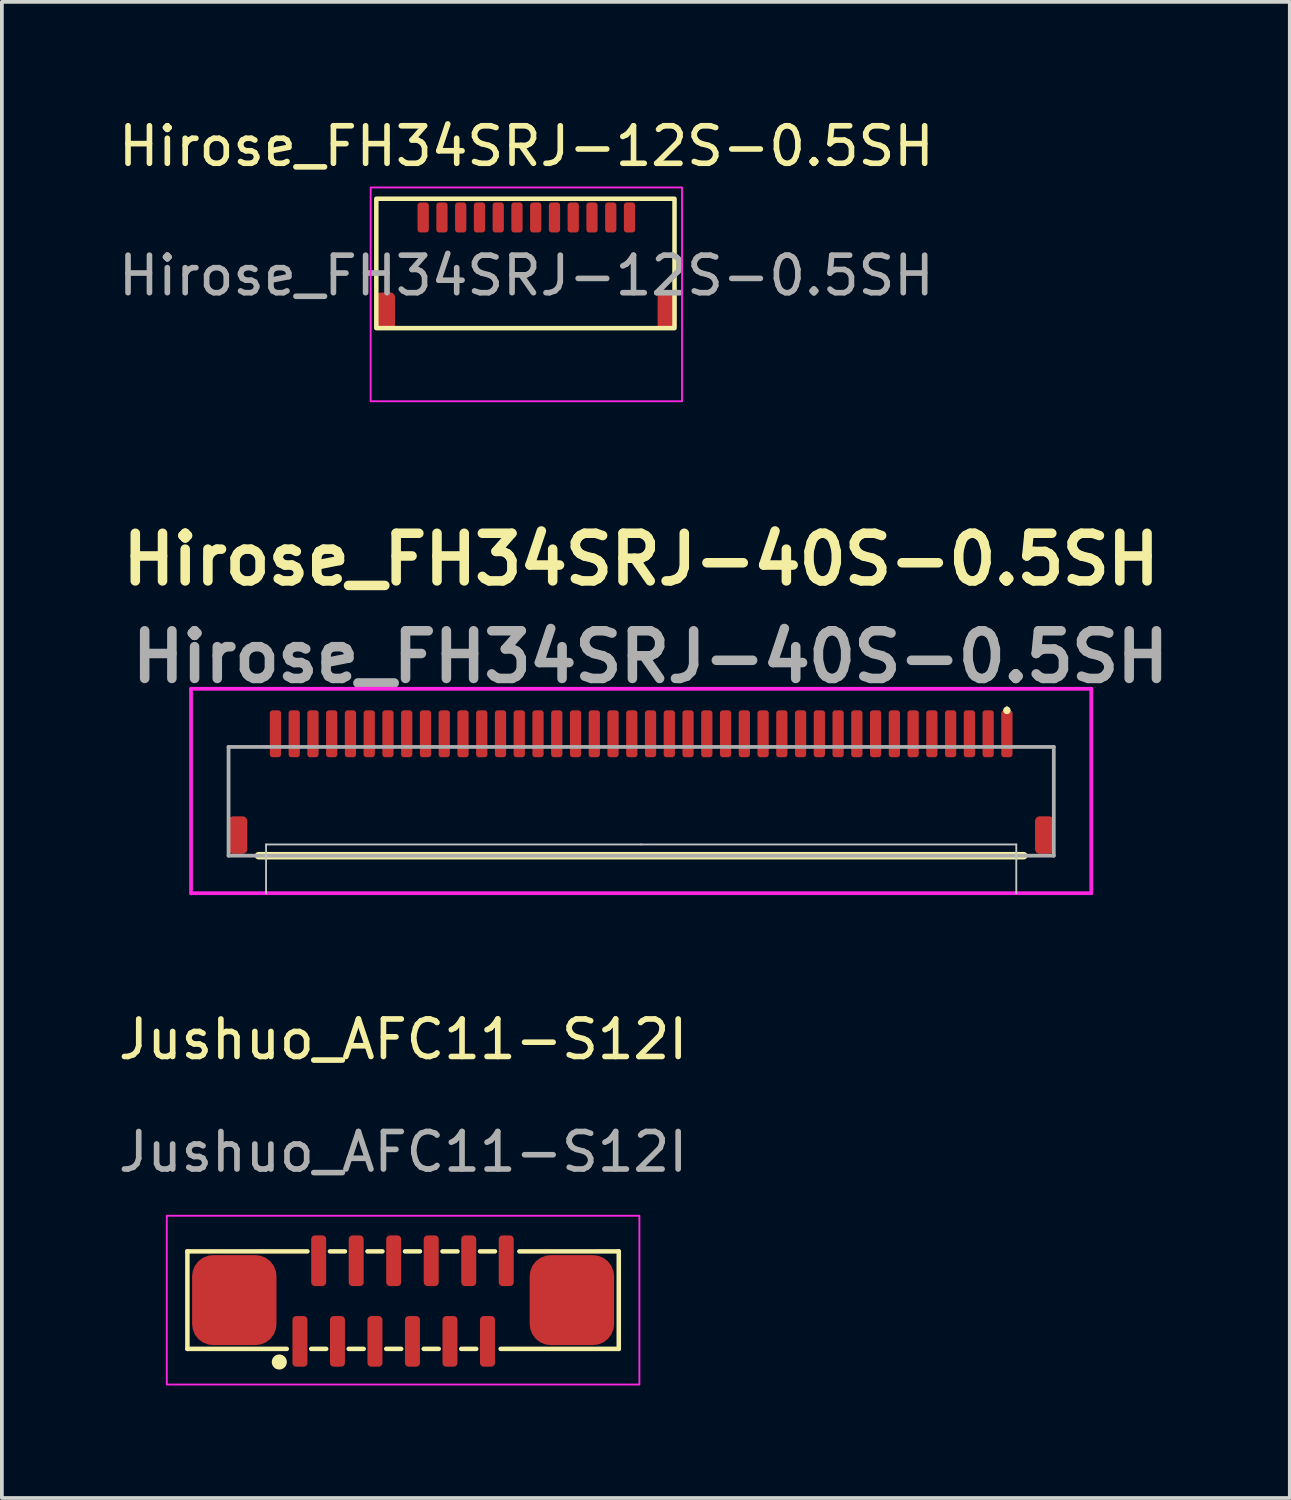
<source format=kicad_pcb>
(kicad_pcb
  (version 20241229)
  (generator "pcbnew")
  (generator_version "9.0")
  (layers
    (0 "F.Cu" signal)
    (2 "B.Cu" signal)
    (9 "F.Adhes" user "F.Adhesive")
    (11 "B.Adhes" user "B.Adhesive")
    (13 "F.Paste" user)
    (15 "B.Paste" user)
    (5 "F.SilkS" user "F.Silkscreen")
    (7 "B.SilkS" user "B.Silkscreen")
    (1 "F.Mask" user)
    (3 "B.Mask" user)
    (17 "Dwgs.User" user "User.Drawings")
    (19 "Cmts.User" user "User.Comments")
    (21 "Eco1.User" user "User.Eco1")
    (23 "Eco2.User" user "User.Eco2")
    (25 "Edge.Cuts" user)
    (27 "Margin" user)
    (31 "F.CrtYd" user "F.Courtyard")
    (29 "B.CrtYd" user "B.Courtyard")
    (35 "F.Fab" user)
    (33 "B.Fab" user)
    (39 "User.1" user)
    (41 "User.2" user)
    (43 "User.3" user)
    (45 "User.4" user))
  (footprint "Jushuo_AFC11-S12I"
    (layer "F.Cu")
    (at 7.696 31.61)
    (property "Reference" "Jushuo_AFC11-S12I" (at 0 -6.95 0) (unlocked yes) (layer "F.SilkS") (effects (font (size 1 1) (thickness 0.15))))
    (attr smd)
    (fp_line (start -5.75 -1.3) (end -5.75 1.3) (stroke (width 0.12) (type default)) (layer "F.SilkS"))
    (fp_line (start -5.75 -1.3) (end -2.55 -1.3) (stroke (width 0.12) (type default)) (layer "F.SilkS"))
    (fp_line (start -5.75 1.3) (end -3.1 1.3) (stroke (width 0.12) (type default)) (layer "F.SilkS"))
    (fp_line (start -2.05 1.3) (end -2.45 1.3) (stroke (width 0.12) (type default)) (layer "F.SilkS"))
    (fp_line (start -1.95 -1.3) (end -1.55 -1.3) (stroke (width 0.12) (type default)) (layer "F.SilkS"))
    (fp_line (start -1.05 1.3) (end -1.45 1.3) (stroke (width 0.12) (type default)) (layer "F.SilkS"))
    (fp_line (start -0.95 -1.3) (end -0.55 -1.3) (stroke (width 0.12) (type default)) (layer "F.SilkS"))
    (fp_line (start -0.05 1.3) (end -0.45 1.3) (stroke (width 0.12) (type default)) (layer "F.SilkS"))
    (fp_line (start 0.45 -1.3) (end 0.05 -1.3) (stroke (width 0.12) (type default)) (layer "F.SilkS"))
    (fp_line (start 0.95 1.3) (end 0.55 1.3) (stroke (width 0.12) (type default)) (layer "F.SilkS"))
    (fp_line (start 1.05 -1.3) (end 1.45 -1.3) (stroke (width 0.12) (type default)) (layer "F.SilkS"))
    (fp_line (start 1.95 1.3) (end 1.55 1.3) (stroke (width 0.12) (type default)) (layer "F.SilkS"))
    (fp_line (start 2.05 -1.3) (end 2.45 -1.3) (stroke (width 0.12) (type default)) (layer "F.SilkS"))
    (fp_line (start 3.1 -1.3) (end 5.75 -1.3) (stroke (width 0.12) (type default)) (layer "F.SilkS"))
    (fp_line (start 5.75 -1.3) (end 5.75 1.3) (stroke (width 0.12) (type default)) (layer "F.SilkS"))
    (fp_line (start 5.75 1.3) (end 2.6 1.3) (stroke (width 0.12) (type default)) (layer "F.SilkS"))
    (fp_circle (center -3.3 1.65) (end -3.159 1.65) (stroke (width 0.12) (type solid)) (fill yes) (layer "F.SilkS"))
    (fp_rect (start -6.3 -2.25) (end 6.3 2.25) (stroke (width 0.05) (type default)) (fill no) (layer "F.CrtYd"))
    (fp_text user "${REFERENCE}" (at 0 -3.95 0) (unlocked yes) (layer "F.Fab") (effects (font (size 1 1) (thickness 0.15))))
    (pad "1" smd roundrect (at -2.75 1.1) (size 0.4 1.35) (layers "F.Cu" "F.Mask" "F.Paste") (roundrect_rratio 0.25))
    (pad "2" smd roundrect (at -2.25 -1.05) (size 0.4 1.35) (layers "F.Cu" "F.Mask" "F.Paste") (roundrect_rratio 0.25))
    (pad "3" smd roundrect (at -1.75 1.1) (size 0.4 1.35) (layers "F.Cu" "F.Mask" "F.Paste") (roundrect_rratio 0.25))
    (pad "4" smd roundrect (at -1.25 -1.05) (size 0.4 1.35) (layers "F.Cu" "F.Mask" "F.Paste") (roundrect_rratio 0.25))
    (pad "5" smd roundrect (at -0.75 1.1) (size 0.4 1.35) (layers "F.Cu" "F.Mask" "F.Paste") (roundrect_rratio 0.25))
    (pad "6" smd roundrect (at -0.25 -1.05) (size 0.4 1.35) (layers "F.Cu" "F.Mask" "F.Paste") (roundrect_rratio 0.25))
    (pad "7" smd roundrect (at 0.25 1.1) (size 0.4 1.35) (layers "F.Cu" "F.Mask" "F.Paste") (roundrect_rratio 0.25))
    (pad "8" smd roundrect (at 0.75 -1.05) (size 0.4 1.35) (layers "F.Cu" "F.Mask" "F.Paste") (roundrect_rratio 0.25))
    (pad "9" smd roundrect (at 1.25 1.1) (size 0.4 1.35) (layers "F.Cu" "F.Mask" "F.Paste") (roundrect_rratio 0.25))
    (pad "10" smd roundrect (at 1.75 -1.05) (size 0.4 1.35) (layers "F.Cu" "F.Mask" "F.Paste") (roundrect_rratio 0.25))
    (pad "11" smd roundrect (at 2.25 1.1) (size 0.4 1.35) (layers "F.Cu" "F.Mask" "F.Paste") (roundrect_rratio 0.25))
    (pad "12" smd roundrect (at 2.75 -1.05) (size 0.4 1.35) (layers "F.Cu" "F.Mask" "F.Paste") (roundrect_rratio 0.25))
    (pad "MP" smd roundrect (at -4.5 0) (size 2.25 2.4) (layers "F.Cu" "F.Mask" "F.Paste") (roundrect_rratio 0.25))
    (pad "MP" smd roundrect (at 4.5 0) (size 2.25 2.4) (layers "F.Cu" "F.Mask" "F.Paste") (roundrect_rratio 0.25)))
  (footprint "Hirose_FH34SRJ-40S-0.5SH"
    (layer "F.Cu")
    (at 14.043 18.312)
    (property "Reference" "Hirose_FH34SRJ-40S-0.5SH" (at 0 -6.45 0) (layer "F.SilkS") (effects (font (size 1.27 1.27) (thickness 0.254))))
    (attr smd)
    (fp_line (start 9.75 -2.475) (end 9.75 -2.475) (stroke (width 0.1) (type solid)) (layer "F.SilkS"))
    (fp_line (start 9.75 -2.375) (end 9.75 -2.375) (stroke (width 0.1) (type solid)) (layer "F.SilkS"))
    (fp_line (start 10.2 1.45) (end -10.2 1.45) (stroke (width 0.2) (type solid)) (layer "F.SilkS"))
    (fp_arc (start 9.75 -2.475) (mid 9.8 -2.425) (end 9.75 -2.375) (stroke (width 0.1) (type solid)) (layer "F.SilkS"))
    (fp_arc (start 9.75 -2.375) (mid 9.7 -2.425) (end 9.75 -2.475) (stroke (width 0.1) (type solid)) (layer "F.SilkS"))
    (fp_line (start -10 1.15) (end -10 2.45) (stroke (width 0.05) (type default)) (layer "Dwgs.User"))
    (fp_line (start 0 1.15) (end -10 1.15) (stroke (width 0.05) (type default)) (layer "Dwgs.User"))
    (fp_line (start 0 1.15) (end 10 1.15) (stroke (width 0.05) (type default)) (layer "Dwgs.User"))
    (fp_line (start 10 1.15) (end 10 2.45) (stroke (width 0.05) (type default)) (layer "Dwgs.User"))
    (fp_line (start -12 -3) (end 12 -3) (stroke (width 0.1) (type solid)) (layer "F.CrtYd"))
    (fp_line (start -12 2.45) (end -12 -3) (stroke (width 0.1) (type solid)) (layer "F.CrtYd"))
    (fp_line (start 12 -3) (end 12 2.45) (stroke (width 0.1) (type solid)) (layer "F.CrtYd"))
    (fp_line (start 12 2.45) (end -12 2.45) (stroke (width 0.1) (type solid)) (layer "F.CrtYd"))
    (fp_line (start -11 -1.45) (end 11 -1.45) (stroke (width 0.1) (type solid)) (layer "F.Fab"))
    (fp_line (start -11 1.45) (end -11 -1.45) (stroke (width 0.1) (type solid)) (layer "F.Fab"))
    (fp_line (start 11 -1.45) (end 11 1.45) (stroke (width 0.1) (type solid)) (layer "F.Fab"))
    (fp_line (start 11 1.45) (end -11 1.45) (stroke (width 0.1) (type solid)) (layer "F.Fab"))
    (fp_text user "${REFERENCE}" (at 0.25 -3.85 0) (layer "F.Fab") (effects (font (size 1.27 1.27) (thickness 0.254))))
    (pad "1" smd roundrect (at 9.75 -1.8) (size 0.3 1.25) (layers "F.Cu" "F.Mask" "F.Paste") (roundrect_rratio 0.25))
    (pad "2" smd roundrect (at 9.25 -1.8) (size 0.3 1.25) (layers "F.Cu" "F.Mask" "F.Paste") (roundrect_rratio 0.25))
    (pad "3" smd roundrect (at 8.75 -1.8) (size 0.3 1.25) (layers "F.Cu" "F.Mask" "F.Paste") (roundrect_rratio 0.25))
    (pad "4" smd roundrect (at 8.25 -1.8) (size 0.3 1.25) (layers "F.Cu" "F.Mask" "F.Paste") (roundrect_rratio 0.25))
    (pad "5" smd roundrect (at 7.75 -1.8) (size 0.3 1.25) (layers "F.Cu" "F.Mask" "F.Paste") (roundrect_rratio 0.25))
    (pad "6" smd roundrect (at 7.25 -1.8) (size 0.3 1.25) (layers "F.Cu" "F.Mask" "F.Paste") (roundrect_rratio 0.25))
    (pad "7" smd roundrect (at 6.75 -1.8) (size 0.3 1.25) (layers "F.Cu" "F.Mask" "F.Paste") (roundrect_rratio 0.25))
    (pad "8" smd roundrect (at 6.25 -1.8) (size 0.3 1.25) (layers "F.Cu" "F.Mask" "F.Paste") (roundrect_rratio 0.25))
    (pad "9" smd roundrect (at 5.75 -1.8) (size 0.3 1.25) (layers "F.Cu" "F.Mask" "F.Paste") (roundrect_rratio 0.25))
    (pad "10" smd roundrect (at 5.25 -1.8) (size 0.3 1.25) (layers "F.Cu" "F.Mask" "F.Paste") (roundrect_rratio 0.25))
    (pad "11" smd roundrect (at 4.75 -1.8) (size 0.3 1.25) (layers "F.Cu" "F.Mask" "F.Paste") (roundrect_rratio 0.25))
    (pad "12" smd roundrect (at 4.25 -1.8) (size 0.3 1.25) (layers "F.Cu" "F.Mask" "F.Paste") (roundrect_rratio 0.25))
    (pad "13" smd roundrect (at 3.75 -1.8) (size 0.3 1.25) (layers "F.Cu" "F.Mask" "F.Paste") (roundrect_rratio 0.25))
    (pad "14" smd roundrect (at 3.25 -1.8) (size 0.3 1.25) (layers "F.Cu" "F.Mask" "F.Paste") (roundrect_rratio 0.25))
    (pad "15" smd roundrect (at 2.75 -1.8) (size 0.3 1.25) (layers "F.Cu" "F.Mask" "F.Paste") (roundrect_rratio 0.25))
    (pad "16" smd roundrect (at 2.25 -1.8) (size 0.3 1.25) (layers "F.Cu" "F.Mask" "F.Paste") (roundrect_rratio 0.25))
    (pad "17" smd roundrect (at 1.75 -1.8) (size 0.3 1.25) (layers "F.Cu" "F.Mask" "F.Paste") (roundrect_rratio 0.25))
    (pad "18" smd roundrect (at 1.25 -1.8) (size 0.3 1.25) (layers "F.Cu" "F.Mask" "F.Paste") (roundrect_rratio 0.25))
    (pad "19" smd roundrect (at 0.75 -1.8) (size 0.3 1.25) (layers "F.Cu" "F.Mask" "F.Paste") (roundrect_rratio 0.25))
    (pad "20" smd roundrect (at 0.25 -1.8) (size 0.3 1.25) (layers "F.Cu" "F.Mask" "F.Paste") (roundrect_rratio 0.25))
    (pad "21" smd roundrect (at -0.25 -1.8) (size 0.3 1.25) (layers "F.Cu" "F.Mask" "F.Paste") (roundrect_rratio 0.25))
    (pad "22" smd roundrect (at -0.75 -1.8) (size 0.3 1.25) (layers "F.Cu" "F.Mask" "F.Paste") (roundrect_rratio 0.25))
    (pad "23" smd roundrect (at -1.25 -1.8) (size 0.3 1.25) (layers "F.Cu" "F.Mask" "F.Paste") (roundrect_rratio 0.25))
    (pad "24" smd roundrect (at -1.75 -1.8) (size 0.3 1.25) (layers "F.Cu" "F.Mask" "F.Paste") (roundrect_rratio 0.25))
    (pad "25" smd roundrect (at -2.25 -1.8) (size 0.3 1.25) (layers "F.Cu" "F.Mask" "F.Paste") (roundrect_rratio 0.25))
    (pad "26" smd roundrect (at -2.75 -1.8) (size 0.3 1.25) (layers "F.Cu" "F.Mask" "F.Paste") (roundrect_rratio 0.25))
    (pad "27" smd roundrect (at -3.25 -1.8) (size 0.3 1.25) (layers "F.Cu" "F.Mask" "F.Paste") (roundrect_rratio 0.25))
    (pad "28" smd roundrect (at -3.75 -1.8) (size 0.3 1.25) (layers "F.Cu" "F.Mask" "F.Paste") (roundrect_rratio 0.25))
    (pad "29" smd roundrect (at -4.25 -1.8) (size 0.3 1.25) (layers "F.Cu" "F.Mask" "F.Paste") (roundrect_rratio 0.25))
    (pad "30" smd roundrect (at -4.75 -1.8) (size 0.3 1.25) (layers "F.Cu" "F.Mask" "F.Paste") (roundrect_rratio 0.25))
    (pad "31" smd roundrect (at -5.25 -1.8) (size 0.3 1.25) (layers "F.Cu" "F.Mask" "F.Paste") (roundrect_rratio 0.25))
    (pad "32" smd roundrect (at -5.75 -1.8) (size 0.3 1.25) (layers "F.Cu" "F.Mask" "F.Paste") (roundrect_rratio 0.25))
    (pad "33" smd roundrect (at -6.25 -1.8) (size 0.3 1.25) (layers "F.Cu" "F.Mask" "F.Paste") (roundrect_rratio 0.25))
    (pad "34" smd roundrect (at -6.75 -1.8) (size 0.3 1.25) (layers "F.Cu" "F.Mask" "F.Paste") (roundrect_rratio 0.25))
    (pad "35" smd roundrect (at -7.25 -1.8) (size 0.3 1.25) (layers "F.Cu" "F.Mask" "F.Paste") (roundrect_rratio 0.25))
    (pad "36" smd roundrect (at -7.75 -1.8) (size 0.3 1.25) (layers "F.Cu" "F.Mask" "F.Paste") (roundrect_rratio 0.25))
    (pad "37" smd roundrect (at -8.25 -1.8) (size 0.3 1.25) (layers "F.Cu" "F.Mask" "F.Paste") (roundrect_rratio 0.25))
    (pad "38" smd roundrect (at -8.75 -1.8) (size 0.3 1.25) (layers "F.Cu" "F.Mask" "F.Paste") (roundrect_rratio 0.25))
    (pad "39" smd roundrect (at -9.25 -1.8) (size 0.3 1.25) (layers "F.Cu" "F.Mask" "F.Paste") (roundrect_rratio 0.25))
    (pad "40" smd roundrect (at -9.75 -1.8) (size 0.3 1.25) (layers "F.Cu" "F.Mask" "F.Paste") (roundrect_rratio 0.25))
    (pad "MP" smd roundrect (at -10.75 0.9) (size 0.5 1) (layers "F.Cu" "F.Mask" "F.Paste") (roundrect_rratio 0.25))
    (pad "MP" smd roundrect (at 10.75 0.9) (size 0.5 1) (layers "F.Cu" "F.Mask" "F.Paste") (roundrect_rratio 0.25)))
  (footprint "Hirose_FH34SRJ-12S-0.5SH"
    (layer "F.Cu")
    (at 10.982 3.848)
    (property "Reference" "Hirose_FH34SRJ-12S-0.5SH" (at 0 -3 0) (unlocked yes) (layer "F.SilkS") (effects (font (size 1 1) (thickness 0.15))))
    (attr smd)
    (fp_rect (start -4 1.85) (end 3.95 -1.6) (stroke (width 0.12) (type solid)) (fill no) (layer "F.SilkS"))
    (fp_rect (start -4.15 -1.9) (end 4.15 3.8) (stroke (width 0.05) (type solid)) (fill no) (layer "F.CrtYd"))
    (fp_text user "${REFERENCE}" (at 0 0.45 0) (unlocked yes) (layer "F.Fab") (effects (font (size 1 1) (thickness 0.15))))
    (pad "" smd roundrect (at -2.75 -1.1) (size 0.4 0.8) (layers "F.Paste") (roundrect_rratio 0.25))
    (pad "" smd roundrect (at -2.25 -1.1) (size 0.4 0.8) (layers "F.Paste") (roundrect_rratio 0.25))
    (pad "" smd roundrect (at -1.75 -1.1) (size 0.4 0.8) (layers "F.Paste") (roundrect_rratio 0.25))
    (pad "" smd roundrect (at -1.25 -1.1) (size 0.4 0.8) (layers "F.Paste") (roundrect_rratio 0.25))
    (pad "" smd roundrect (at -0.75 -1.1) (size 0.4 0.8) (layers "F.Paste") (roundrect_rratio 0.25))
    (pad "" smd roundrect (at -0.25 -1.1) (size 0.4 0.8) (layers "F.Paste") (roundrect_rratio 0.25))
    (pad "" smd roundrect (at 0.25 -1.1) (size 0.4 0.8) (layers "F.Paste") (roundrect_rratio 0.25))
    (pad "" smd roundrect (at 0.75 -1.1) (size 0.4 0.8) (layers "F.Paste") (roundrect_rratio 0.25))
    (pad "" smd roundrect (at 1.25 -1.1) (size 0.4 0.8) (layers "F.Paste") (roundrect_rratio 0.25))
    (pad "" smd roundrect (at 1.75 -1.1) (size 0.4 0.8) (layers "F.Paste") (roundrect_rratio 0.25))
    (pad "" smd roundrect (at 2.25 -1.1) (size 0.4 0.8) (layers "F.Paste") (roundrect_rratio 0.25))
    (pad "" smd roundrect (at 2.75 -1.1) (size 0.4 0.8) (layers "F.Paste") (roundrect_rratio 0.25))
    (pad "1" smd roundrect (at 2.75 -1.1) (size 0.3 0.8) (layers "F.Cu" "F.Mask" "F.Paste") (roundrect_rratio 0.25))
    (pad "2" smd roundrect (at 2.25 -1.1) (size 0.3 0.8) (layers "F.Cu" "F.Mask" "F.Paste") (roundrect_rratio 0.25))
    (pad "3" smd roundrect (at 1.75 -1.1) (size 0.3 0.8) (layers "F.Cu" "F.Mask" "F.Paste") (roundrect_rratio 0.25))
    (pad "4" smd roundrect (at 1.25 -1.1) (size 0.3 0.8) (layers "F.Cu" "F.Mask" "F.Paste") (roundrect_rratio 0.25))
    (pad "5" smd roundrect (at 0.75 -1.1) (size 0.3 0.8) (layers "F.Cu" "F.Mask" "F.Paste") (roundrect_rratio 0.25))
    (pad "6" smd roundrect (at 0.25 -1.1) (size 0.3 0.8) (layers "F.Cu" "F.Mask" "F.Paste") (roundrect_rratio 0.25))
    (pad "7" smd roundrect (at -0.25 -1.1) (size 0.3 0.8) (layers "F.Cu" "F.Mask" "F.Paste") (roundrect_rratio 0.25))
    (pad "8" smd roundrect (at -0.75 -1.1) (size 0.3 0.8) (layers "F.Cu" "F.Mask" "F.Paste") (roundrect_rratio 0.25))
    (pad "9" smd roundrect (at -1.25 -1.1) (size 0.3 0.8) (layers "F.Cu" "F.Mask" "F.Paste") (roundrect_rratio 0.25))
    (pad "10" smd roundrect (at -1.75 -1.1) (size 0.3 0.8) (layers "F.Cu" "F.Mask" "F.Paste") (roundrect_rratio 0.25))
    (pad "11" smd roundrect (at -2.25 -1.1) (size 0.3 0.8) (layers "F.Cu" "F.Mask" "F.Paste") (roundrect_rratio 0.25))
    (pad "12" smd roundrect (at -2.75 -1.1) (size 0.3 0.8) (layers "F.Cu" "F.Mask") (roundrect_rratio 0.25))
    (pad "MP" smd roundrect (at -3.75 1.4) (size 0.5 1) (layers "F.Cu" "F.Mask" "F.Paste") (roundrect_rratio 0.25))
    (pad "MP" smd roundrect (at 3.75 1.4) (size 0.5 1) (layers "F.Cu" "F.Mask" "F.Paste") (roundrect_rratio 0.25)))
  (gr_rect
    (start -3 -3)
    (end 31.335 36.885)
    (stroke (width 0.1) (type default))
    (fill no)
    (layer "Edge.Cuts")))
</source>
